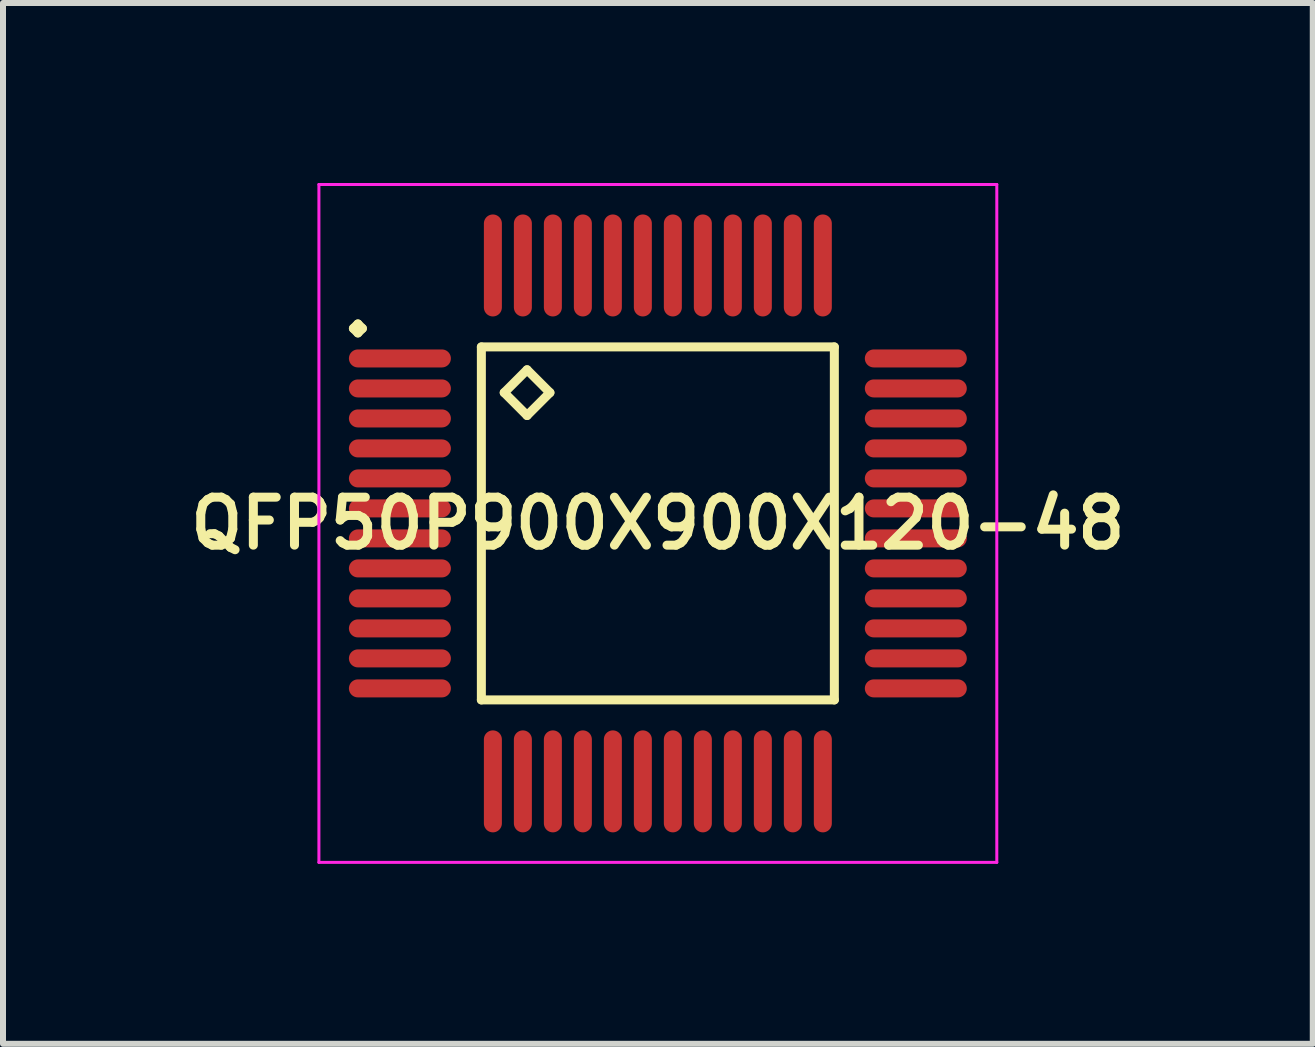
<source format=kicad_pcb>
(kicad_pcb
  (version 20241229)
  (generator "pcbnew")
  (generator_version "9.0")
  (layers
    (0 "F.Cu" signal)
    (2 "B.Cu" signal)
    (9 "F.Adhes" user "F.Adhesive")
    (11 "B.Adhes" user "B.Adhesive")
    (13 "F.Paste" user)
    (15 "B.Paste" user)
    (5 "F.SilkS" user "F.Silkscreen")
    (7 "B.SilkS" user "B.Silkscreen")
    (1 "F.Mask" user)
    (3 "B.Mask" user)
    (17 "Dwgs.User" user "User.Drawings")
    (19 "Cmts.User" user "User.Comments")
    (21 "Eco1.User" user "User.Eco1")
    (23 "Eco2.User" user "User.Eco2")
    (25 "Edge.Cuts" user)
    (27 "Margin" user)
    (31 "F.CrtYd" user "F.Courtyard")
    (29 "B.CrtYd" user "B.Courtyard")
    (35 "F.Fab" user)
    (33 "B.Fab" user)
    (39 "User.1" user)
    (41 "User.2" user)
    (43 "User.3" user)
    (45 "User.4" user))
  (footprint "QFP50P900X900X120-48"
    (layer "F.Cu")
    (at 7.916 5.675)
    (property "Reference" "QFP50P900X900X120-48" (at 0 0 0) (layer "F.SilkS") (effects (font (size 0.8 0.8) (thickness 0.15))))
    (attr smd)
    (fp_line (start -5.075 -3.25) (end -5 -3.325) (stroke (width 0.15) (type solid)) (layer "F.SilkS"))
    (fp_line (start -5 -3.325) (end -4.925 -3.25) (stroke (width 0.15) (type solid)) (layer "F.SilkS"))
    (fp_line (start -5 -3.175) (end -5.075 -3.25) (stroke (width 0.15) (type solid)) (layer "F.SilkS"))
    (fp_line (start -4.925 -3.25) (end -5 -3.175) (stroke (width 0.15) (type solid)) (layer "F.SilkS"))
    (fp_line (start -2.942 -2.942) (end -2.942 2.942) (stroke (width 0.15) (type solid)) (layer "F.SilkS"))
    (fp_line (start -2.942 2.942) (end 2.942 2.942) (stroke (width 0.15) (type solid)) (layer "F.SilkS"))
    (fp_line (start -2.561 -2.18) (end -2.18 -2.561) (stroke (width 0.15) (type solid)) (layer "F.SilkS"))
    (fp_line (start -2.18 -2.561) (end -1.799 -2.18) (stroke (width 0.15) (type solid)) (layer "F.SilkS"))
    (fp_line (start -2.18 -1.799) (end -2.561 -2.18) (stroke (width 0.15) (type solid)) (layer "F.SilkS"))
    (fp_line (start -1.799 -2.18) (end -2.18 -1.799) (stroke (width 0.15) (type solid)) (layer "F.SilkS"))
    (fp_line (start 2.942 -2.942) (end -2.942 -2.942) (stroke (width 0.15) (type solid)) (layer "F.SilkS"))
    (fp_line (start 2.942 2.942) (end 2.942 -2.942) (stroke (width 0.15) (type solid)) (layer "F.SilkS"))
    (fp_line (start -5.65 -5.65) (end 5.65 -5.65) (stroke (width 0.05) (type solid)) (layer "F.CrtYd"))
    (fp_line (start -5.65 5.65) (end -5.65 -5.65) (stroke (width 0.05) (type solid)) (layer "F.CrtYd"))
    (fp_line (start 5.65 -5.65) (end 5.65 5.65) (stroke (width 0.05) (type solid)) (layer "F.CrtYd"))
    (fp_line (start 5.65 5.65) (end -5.65 5.65) (stroke (width 0.05) (type solid)) (layer "F.CrtYd"))
    (pad "1" smd oval (at -4.3 -2.75) (size 1.7 0.3) (layers "F.Cu" "F.Mask" "F.Paste"))
    (pad "2" smd oval (at -4.3 -2.25) (size 1.7 0.3) (layers "F.Cu" "F.Mask" "F.Paste"))
    (pad "3" smd oval (at -4.3 -1.75) (size 1.7 0.3) (layers "F.Cu" "F.Mask" "F.Paste"))
    (pad "4" smd oval (at -4.3 -1.25) (size 1.7 0.3) (layers "F.Cu" "F.Mask" "F.Paste"))
    (pad "5" smd oval (at -4.3 -0.75) (size 1.7 0.3) (layers "F.Cu" "F.Mask" "F.Paste"))
    (pad "6" smd oval (at -4.3 -0.25) (size 1.7 0.3) (layers "F.Cu" "F.Mask" "F.Paste"))
    (pad "7" smd oval (at -4.3 0.25) (size 1.7 0.3) (layers "F.Cu" "F.Mask" "F.Paste"))
    (pad "8" smd oval (at -4.3 0.75) (size 1.7 0.3) (layers "F.Cu" "F.Mask" "F.Paste"))
    (pad "9" smd oval (at -4.3 1.25) (size 1.7 0.3) (layers "F.Cu" "F.Mask" "F.Paste"))
    (pad "10" smd oval (at -4.3 1.75) (size 1.7 0.3) (layers "F.Cu" "F.Mask" "F.Paste"))
    (pad "11" smd oval (at -4.3 2.25) (size 1.7 0.3) (layers "F.Cu" "F.Mask" "F.Paste"))
    (pad "12" smd oval (at -4.3 2.75) (size 1.7 0.3) (layers "F.Cu" "F.Mask" "F.Paste"))
    (pad "13" smd oval (at -2.75 4.3) (size 0.3 1.7) (layers "F.Cu" "F.Mask" "F.Paste"))
    (pad "14" smd oval (at -2.25 4.3) (size 0.3 1.7) (layers "F.Cu" "F.Mask" "F.Paste"))
    (pad "15" smd oval (at -1.75 4.3) (size 0.3 1.7) (layers "F.Cu" "F.Mask" "F.Paste"))
    (pad "16" smd oval (at -1.25 4.3) (size 0.3 1.7) (layers "F.Cu" "F.Mask" "F.Paste"))
    (pad "17" smd oval (at -0.75 4.3) (size 0.3 1.7) (layers "F.Cu" "F.Mask" "F.Paste"))
    (pad "18" smd oval (at -0.25 4.3) (size 0.3 1.7) (layers "F.Cu" "F.Mask" "F.Paste"))
    (pad "19" smd oval (at 0.25 4.3) (size 0.3 1.7) (layers "F.Cu" "F.Mask" "F.Paste"))
    (pad "20" smd oval (at 0.75 4.3) (size 0.3 1.7) (layers "F.Cu" "F.Mask" "F.Paste"))
    (pad "21" smd oval (at 1.25 4.3) (size 0.3 1.7) (layers "F.Cu" "F.Mask" "F.Paste"))
    (pad "22" smd oval (at 1.75 4.3) (size 0.3 1.7) (layers "F.Cu" "F.Mask" "F.Paste"))
    (pad "23" smd oval (at 2.25 4.3) (size 0.3 1.7) (layers "F.Cu" "F.Mask" "F.Paste"))
    (pad "24" smd oval (at 2.75 4.3) (size 0.3 1.7) (layers "F.Cu" "F.Mask" "F.Paste"))
    (pad "25" smd oval (at 4.3 2.75) (size 1.7 0.3) (layers "F.Cu" "F.Mask" "F.Paste"))
    (pad "26" smd oval (at 4.3 2.25) (size 1.7 0.3) (layers "F.Cu" "F.Mask" "F.Paste"))
    (pad "27" smd oval (at 4.3 1.75) (size 1.7 0.3) (layers "F.Cu" "F.Mask" "F.Paste"))
    (pad "28" smd oval (at 4.3 1.25) (size 1.7 0.3) (layers "F.Cu" "F.Mask" "F.Paste"))
    (pad "29" smd oval (at 4.3 0.75) (size 1.7 0.3) (layers "F.Cu" "F.Mask" "F.Paste"))
    (pad "30" smd oval (at 4.3 0.25) (size 1.7 0.3) (layers "F.Cu" "F.Mask" "F.Paste"))
    (pad "31" smd oval (at 4.3 -0.25) (size 1.7 0.3) (layers "F.Cu" "F.Mask" "F.Paste"))
    (pad "32" smd oval (at 4.3 -0.75) (size 1.7 0.3) (layers "F.Cu" "F.Mask" "F.Paste"))
    (pad "33" smd oval (at 4.3 -1.25) (size 1.7 0.3) (layers "F.Cu" "F.Mask" "F.Paste"))
    (pad "34" smd oval (at 4.3 -1.75) (size 1.7 0.3) (layers "F.Cu" "F.Mask" "F.Paste"))
    (pad "35" smd oval (at 4.3 -2.25) (size 1.7 0.3) (layers "F.Cu" "F.Mask" "F.Paste"))
    (pad "36" smd oval (at 4.3 -2.75) (size 1.7 0.3) (layers "F.Cu" "F.Mask" "F.Paste"))
    (pad "37" smd oval (at 2.75 -4.3) (size 0.3 1.7) (layers "F.Cu" "F.Mask" "F.Paste"))
    (pad "38" smd oval (at 2.25 -4.3) (size 0.3 1.7) (layers "F.Cu" "F.Mask" "F.Paste"))
    (pad "39" smd oval (at 1.75 -4.3) (size 0.3 1.7) (layers "F.Cu" "F.Mask" "F.Paste"))
    (pad "40" smd oval (at 1.25 -4.3) (size 0.3 1.7) (layers "F.Cu" "F.Mask" "F.Paste"))
    (pad "41" smd oval (at 0.75 -4.3) (size 0.3 1.7) (layers "F.Cu" "F.Mask" "F.Paste"))
    (pad "42" smd oval (at 0.25 -4.3) (size 0.3 1.7) (layers "F.Cu" "F.Mask" "F.Paste"))
    (pad "43" smd oval (at -0.25 -4.3) (size 0.3 1.7) (layers "F.Cu" "F.Mask" "F.Paste"))
    (pad "44" smd oval (at -0.75 -4.3) (size 0.3 1.7) (layers "F.Cu" "F.Mask" "F.Paste"))
    (pad "45" smd oval (at -1.25 -4.3) (size 0.3 1.7) (layers "F.Cu" "F.Mask" "F.Paste"))
    (pad "46" smd oval (at -1.75 -4.3) (size 0.3 1.7) (layers "F.Cu" "F.Mask" "F.Paste"))
    (pad "47" smd oval (at -2.25 -4.3) (size 0.3 1.7) (layers "F.Cu" "F.Mask" "F.Paste"))
    (pad "48" smd oval (at -2.75 -4.3) (size 0.3 1.7) (layers "F.Cu" "F.Mask" "F.Paste")))
  (gr_rect
    (start -3 -3)
    (end 18.833 14.35)
    (stroke (width 0.1) (type default))
    (fill no)
    (layer "Edge.Cuts")))
</source>
